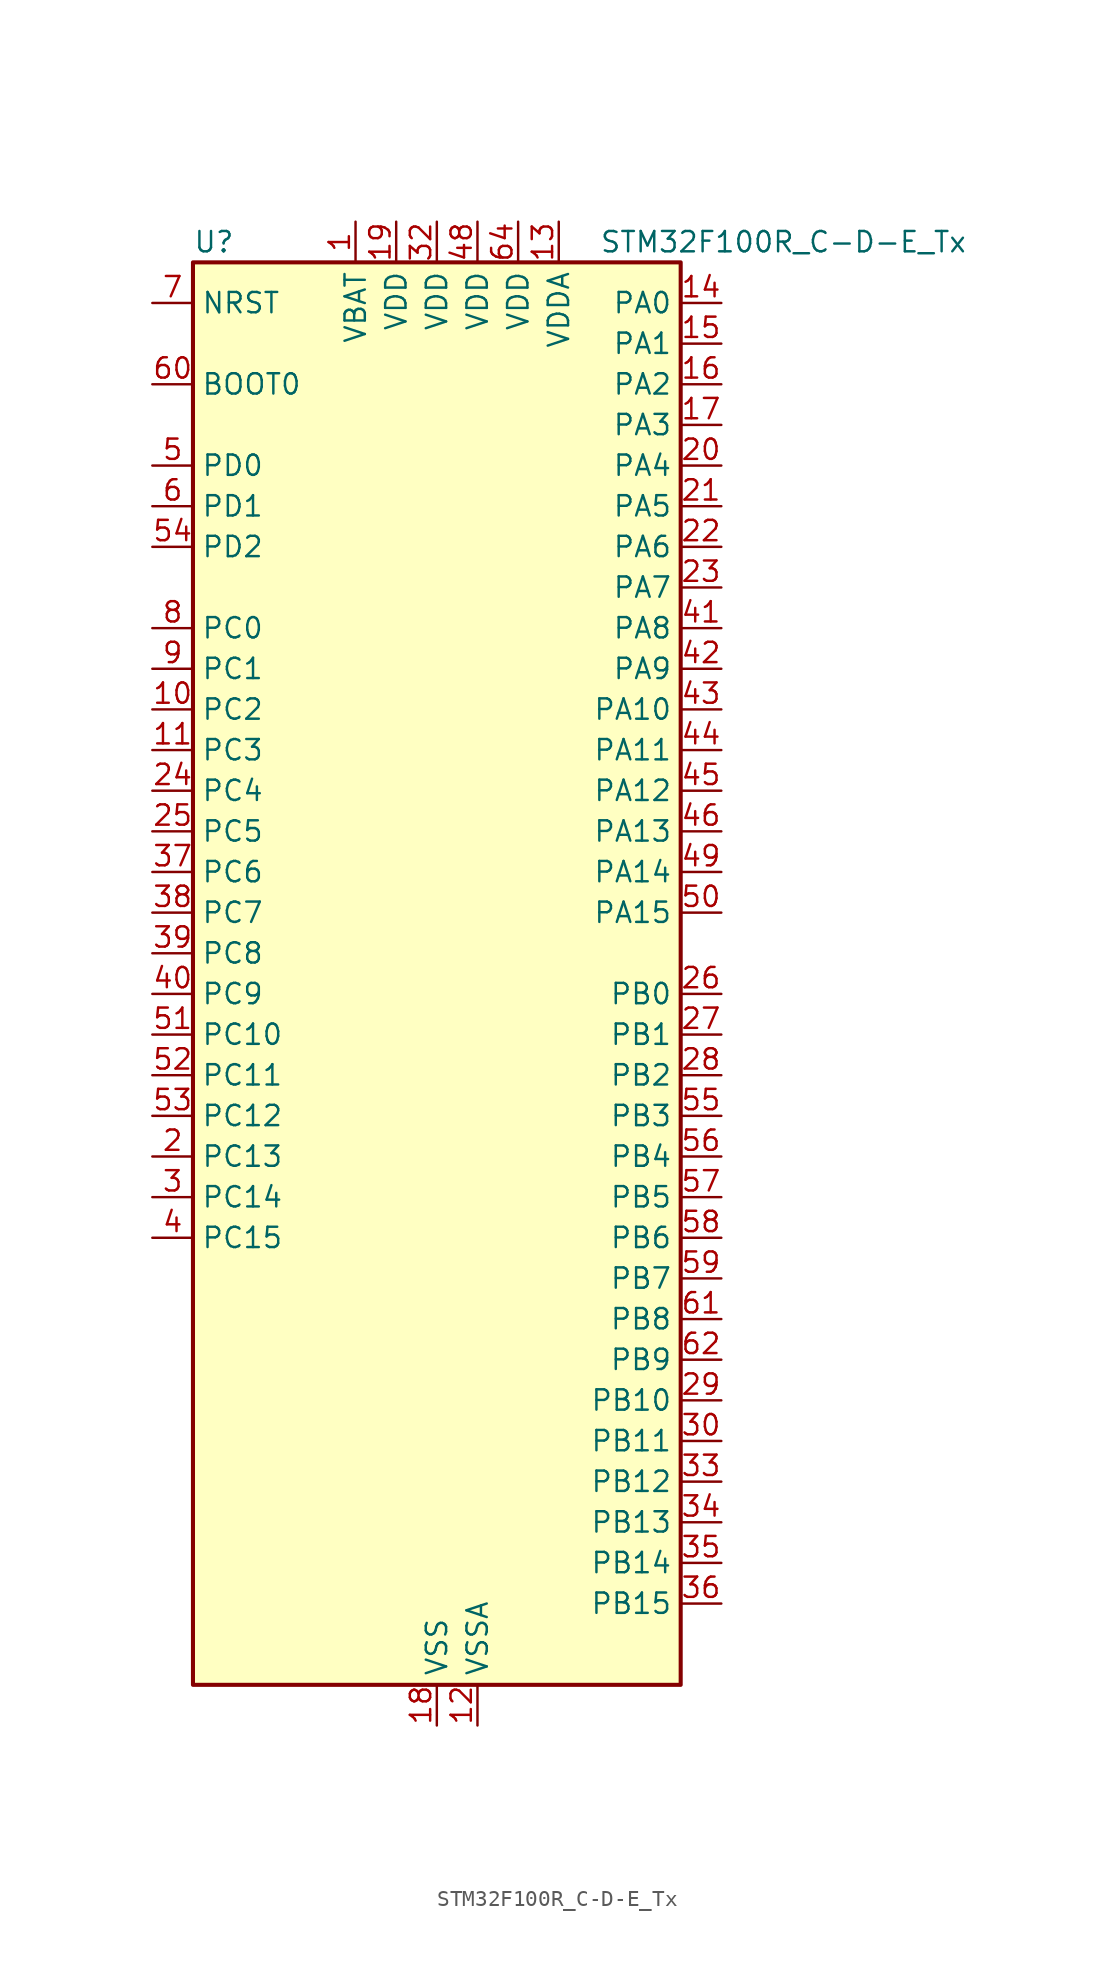
<source format=kicad_sym>
(kicad_symbol_lib
  (version 20231120)
  (generator "kicad_symbol_editor")
  (generator_version "8.0")
  (symbol "STM32F100R_C-D-E_Tx"
    (property "Reference" "U"
      (at -15.24 46.99 0)
      (effects (font (size 1.27 1.27)) (justify left)))
    (property "Value" "STM32F100R_C-D-E_Tx"
      (at 10.16 46.99 0)
      (effects (font (size 1.27 1.27)) (justify left)))
    (property "ki_locked" ""
      (at 0 0 0)
      (effects (font (size 1.27 1.27))))
    (symbol "STM32F100R_C-D-E_Tx_0_1"
      (rectangle (start -15.24 -43.18) (end 15.24 45.72) (stroke (width 0.254) (type default)) (fill (type background))))
    (symbol "STM32F100R_C-D-E_Tx_1_1"
      (pin power_in line (at -5.08 48.26 270) (length 2.54) (name "VBAT" (effects (font (size 1.27 1.27)))) (number "1" (effects (font (size 1.27 1.27)))))
      (pin bidirectional line (at -17.78 17.78 0) (length 2.54) (name "PC2" (effects (font (size 1.27 1.27)))) (number "10" (effects (font (size 1.27 1.27)))) (alternate "ADC1_IN12" bidirectional line))
      (pin bidirectional line (at -17.78 15.24 0) (length 2.54) (name "PC3" (effects (font (size 1.27 1.27)))) (number "11" (effects (font (size 1.27 1.27)))) (alternate "ADC1_IN13" bidirectional line))
      (pin power_in line (at 2.54 -45.72 90) (length 2.54) (name "VSSA" (effects (font (size 1.27 1.27)))) (number "12" (effects (font (size 1.27 1.27)))))
      (pin power_in line (at 7.62 48.26 270) (length 2.54) (name "VDDA" (effects (font (size 1.27 1.27)))) (number "13" (effects (font (size 1.27 1.27)))))
      (pin bidirectional line (at 17.78 43.18 180) (length 2.54) (name "PA0" (effects (font (size 1.27 1.27)))) (number "14" (effects (font (size 1.27 1.27)))) (alternate "ADC1_IN0" bidirectional line) (alternate "SYS_WKUP" bidirectional line) (alternate "TIM2_CH1" bidirectional line) (alternate "TIM2_ETR" bidirectional line) (alternate "TIM5_CH1" bidirectional line) (alternate "USART2_CTS" bidirectional line))
      (pin bidirectional line (at 17.78 40.64 180) (length 2.54) (name "PA1" (effects (font (size 1.27 1.27)))) (number "15" (effects (font (size 1.27 1.27)))) (alternate "ADC1_IN1" bidirectional line) (alternate "TIM2_CH2" bidirectional line) (alternate "TIM5_CH2" bidirectional line) (alternate "USART2_RTS" bidirectional line))
      (pin bidirectional line (at 17.78 38.1 180) (length 2.54) (name "PA2" (effects (font (size 1.27 1.27)))) (number "16" (effects (font (size 1.27 1.27)))) (alternate "ADC1_IN2" bidirectional line) (alternate "TIM15_CH1" bidirectional line) (alternate "TIM2_CH3" bidirectional line) (alternate "TIM5_CH3" bidirectional line) (alternate "USART2_TX" bidirectional line))
      (pin bidirectional line (at 17.78 35.56 180) (length 2.54) (name "PA3" (effects (font (size 1.27 1.27)))) (number "17" (effects (font (size 1.27 1.27)))) (alternate "ADC1_IN3" bidirectional line) (alternate "TIM15_CH2" bidirectional line) (alternate "TIM2_CH4" bidirectional line) (alternate "TIM5_CH4" bidirectional line) (alternate "USART2_RX" bidirectional line))
      (pin power_in line (at 0 -45.72 90) (length 2.54) (name "VSS" (effects (font (size 1.27 1.27)))) (number "18" (effects (font (size 1.27 1.27)))))
      (pin power_in line (at -2.54 48.26 270) (length 2.54) (name "VDD" (effects (font (size 1.27 1.27)))) (number "19" (effects (font (size 1.27 1.27)))))
      (pin bidirectional line (at -17.78 -10.16 0) (length 2.54) (name "PC13" (effects (font (size 1.27 1.27)))) (number "2" (effects (font (size 1.27 1.27)))) (alternate "RTC_OUT" bidirectional line) (alternate "RTC_TAMPER" bidirectional line))
      (pin bidirectional line (at 17.78 33.02 180) (length 2.54) (name "PA4" (effects (font (size 1.27 1.27)))) (number "20" (effects (font (size 1.27 1.27)))) (alternate "ADC1_IN4" bidirectional line) (alternate "DAC_OUT1" bidirectional line) (alternate "SPI1_NSS" bidirectional line) (alternate "USART2_CK" bidirectional line))
      (pin bidirectional line (at 17.78 30.48 180) (length 2.54) (name "PA5" (effects (font (size 1.27 1.27)))) (number "21" (effects (font (size 1.27 1.27)))) (alternate "ADC1_IN5" bidirectional line) (alternate "DAC_OUT2" bidirectional line) (alternate "SPI1_SCK" bidirectional line))
      (pin bidirectional line (at 17.78 27.94 180) (length 2.54) (name "PA6" (effects (font (size 1.27 1.27)))) (number "22" (effects (font (size 1.27 1.27)))) (alternate "ADC1_IN6" bidirectional line) (alternate "SPI1_MISO" bidirectional line) (alternate "TIM16_CH1" bidirectional line) (alternate "TIM1_BKIN" bidirectional line) (alternate "TIM3_CH1" bidirectional line))
      (pin bidirectional line (at 17.78 25.4 180) (length 2.54) (name "PA7" (effects (font (size 1.27 1.27)))) (number "23" (effects (font (size 1.27 1.27)))) (alternate "ADC1_IN7" bidirectional line) (alternate "SPI1_MOSI" bidirectional line) (alternate "TIM17_CH1" bidirectional line) (alternate "TIM1_CH1N" bidirectional line) (alternate "TIM3_CH2" bidirectional line))
      (pin bidirectional line (at -17.78 12.7 0) (length 2.54) (name "PC4" (effects (font (size 1.27 1.27)))) (number "24" (effects (font (size 1.27 1.27)))) (alternate "ADC1_IN14" bidirectional line) (alternate "TIM12_CH1" bidirectional line))
      (pin bidirectional line (at -17.78 10.16 0) (length 2.54) (name "PC5" (effects (font (size 1.27 1.27)))) (number "25" (effects (font (size 1.27 1.27)))) (alternate "ADC1_IN15" bidirectional line) (alternate "TIM12_CH2" bidirectional line))
      (pin bidirectional line (at 17.78 0 180) (length 2.54) (name "PB0" (effects (font (size 1.27 1.27)))) (number "26" (effects (font (size 1.27 1.27)))) (alternate "ADC1_IN8" bidirectional line) (alternate "TIM13_CH1" bidirectional line) (alternate "TIM1_CH2N" bidirectional line) (alternate "TIM3_CH3" bidirectional line))
      (pin bidirectional line (at 17.78 -2.54 180) (length 2.54) (name "PB1" (effects (font (size 1.27 1.27)))) (number "27" (effects (font (size 1.27 1.27)))) (alternate "ADC1_IN9" bidirectional line) (alternate "TIM14_CH1" bidirectional line) (alternate "TIM1_CH3N" bidirectional line) (alternate "TIM3_CH4" bidirectional line))
      (pin bidirectional line (at 17.78 -5.08 180) (length 2.54) (name "PB2" (effects (font (size 1.27 1.27)))) (number "28" (effects (font (size 1.27 1.27)))))
      (pin bidirectional line (at 17.78 -25.4 180) (length 2.54) (name "PB10" (effects (font (size 1.27 1.27)))) (number "29" (effects (font (size 1.27 1.27)))) (alternate "CEC" bidirectional line) (alternate "I2C2_SCL" bidirectional line) (alternate "TIM2_CH3" bidirectional line) (alternate "USART3_TX" bidirectional line))
      (pin bidirectional line (at -17.78 -12.7 0) (length 2.54) (name "PC14" (effects (font (size 1.27 1.27)))) (number "3" (effects (font (size 1.27 1.27)))) (alternate "RCC_OSC32_IN" bidirectional line))
      (pin bidirectional line (at 17.78 -27.94 180) (length 2.54) (name "PB11" (effects (font (size 1.27 1.27)))) (number "30" (effects (font (size 1.27 1.27)))) (alternate "ADC1_EXTI11" bidirectional line) (alternate "I2C2_SDA" bidirectional line) (alternate "TIM2_CH4" bidirectional line) (alternate "USART3_RX" bidirectional line))
      (pin passive line (at 0 -45.72 90) (length 2.54) hide (name "VSS" (effects (font (size 1.27 1.27)))) (number "31" (effects (font (size 1.27 1.27)))))
      (pin power_in line (at 0 48.26 270) (length 2.54) (name "VDD" (effects (font (size 1.27 1.27)))) (number "32" (effects (font (size 1.27 1.27)))))
      (pin bidirectional line (at 17.78 -30.48 180) (length 2.54) (name "PB12" (effects (font (size 1.27 1.27)))) (number "33" (effects (font (size 1.27 1.27)))) (alternate "I2C2_SMBA" bidirectional line) (alternate "SPI2_NSS" bidirectional line) (alternate "TIM12_CH1" bidirectional line) (alternate "TIM1_BKIN" bidirectional line) (alternate "USART3_CK" bidirectional line))
      (pin bidirectional line (at 17.78 -33.02 180) (length 2.54) (name "PB13" (effects (font (size 1.27 1.27)))) (number "34" (effects (font (size 1.27 1.27)))) (alternate "SPI2_SCK" bidirectional line) (alternate "TIM12_CH2" bidirectional line) (alternate "TIM1_CH1N" bidirectional line) (alternate "USART3_CTS" bidirectional line))
      (pin bidirectional line (at 17.78 -35.56 180) (length 2.54) (name "PB14" (effects (font (size 1.27 1.27)))) (number "35" (effects (font (size 1.27 1.27)))) (alternate "SPI2_MISO" bidirectional line) (alternate "TIM15_CH1" bidirectional line) (alternate "TIM1_CH2N" bidirectional line) (alternate "USART3_RTS" bidirectional line))
      (pin bidirectional line (at 17.78 -38.1 180) (length 2.54) (name "PB15" (effects (font (size 1.27 1.27)))) (number "36" (effects (font (size 1.27 1.27)))) (alternate "ADC1_EXTI15" bidirectional line) (alternate "SPI2_MOSI" bidirectional line) (alternate "TIM15_CH1N" bidirectional line) (alternate "TIM15_CH2" bidirectional line) (alternate "TIM1_CH3N" bidirectional line))
      (pin bidirectional line (at -17.78 7.62 0) (length 2.54) (name "PC6" (effects (font (size 1.27 1.27)))) (number "37" (effects (font (size 1.27 1.27)))) (alternate "TIM3_CH1" bidirectional line))
      (pin bidirectional line (at -17.78 5.08 0) (length 2.54) (name "PC7" (effects (font (size 1.27 1.27)))) (number "38" (effects (font (size 1.27 1.27)))) (alternate "TIM3_CH2" bidirectional line))
      (pin bidirectional line (at -17.78 2.54 0) (length 2.54) (name "PC8" (effects (font (size 1.27 1.27)))) (number "39" (effects (font (size 1.27 1.27)))) (alternate "TIM13_CH1" bidirectional line) (alternate "TIM3_CH3" bidirectional line))
      (pin bidirectional line (at -17.78 -15.24 0) (length 2.54) (name "PC15" (effects (font (size 1.27 1.27)))) (number "4" (effects (font (size 1.27 1.27)))) (alternate "ADC1_EXTI15" bidirectional line) (alternate "RCC_OSC32_OUT" bidirectional line))
      (pin bidirectional line (at -17.78 0 0) (length 2.54) (name "PC9" (effects (font (size 1.27 1.27)))) (number "40" (effects (font (size 1.27 1.27)))) (alternate "DAC_EXTI9" bidirectional line) (alternate "TIM14_CH1" bidirectional line) (alternate "TIM3_CH4" bidirectional line))
      (pin bidirectional line (at 17.78 22.86 180) (length 2.54) (name "PA8" (effects (font (size 1.27 1.27)))) (number "41" (effects (font (size 1.27 1.27)))) (alternate "RCC_MCO" bidirectional line) (alternate "TIM1_CH1" bidirectional line) (alternate "USART1_CK" bidirectional line))
      (pin bidirectional line (at 17.78 20.32 180) (length 2.54) (name "PA9" (effects (font (size 1.27 1.27)))) (number "42" (effects (font (size 1.27 1.27)))) (alternate "DAC_EXTI9" bidirectional line) (alternate "TIM15_BKIN" bidirectional line) (alternate "TIM1_CH2" bidirectional line) (alternate "USART1_TX" bidirectional line))
      (pin bidirectional line (at 17.78 17.78 180) (length 2.54) (name "PA10" (effects (font (size 1.27 1.27)))) (number "43" (effects (font (size 1.27 1.27)))) (alternate "TIM17_BKIN" bidirectional line) (alternate "TIM1_CH3" bidirectional line) (alternate "USART1_RX" bidirectional line))
      (pin bidirectional line (at 17.78 15.24 180) (length 2.54) (name "PA11" (effects (font (size 1.27 1.27)))) (number "44" (effects (font (size 1.27 1.27)))) (alternate "ADC1_EXTI11" bidirectional line) (alternate "TIM1_CH4" bidirectional line) (alternate "USART1_CTS" bidirectional line))
      (pin bidirectional line (at 17.78 12.7 180) (length 2.54) (name "PA12" (effects (font (size 1.27 1.27)))) (number "45" (effects (font (size 1.27 1.27)))) (alternate "TIM1_ETR" bidirectional line) (alternate "USART1_RTS" bidirectional line))
      (pin bidirectional line (at 17.78 10.16 180) (length 2.54) (name "PA13" (effects (font (size 1.27 1.27)))) (number "46" (effects (font (size 1.27 1.27)))) (alternate "SYS_JTMS-SWDIO" bidirectional line))
      (pin passive line (at 0 -45.72 90) (length 2.54) hide (name "VSS" (effects (font (size 1.27 1.27)))) (number "47" (effects (font (size 1.27 1.27)))))
      (pin power_in line (at 2.54 48.26 270) (length 2.54) (name "VDD" (effects (font (size 1.27 1.27)))) (number "48" (effects (font (size 1.27 1.27)))))
      (pin bidirectional line (at 17.78 7.62 180) (length 2.54) (name "PA14" (effects (font (size 1.27 1.27)))) (number "49" (effects (font (size 1.27 1.27)))) (alternate "SYS_JTCK-SWCLK" bidirectional line))
      (pin bidirectional line (at -17.78 33.02 0) (length 2.54) (name "PD0" (effects (font (size 1.27 1.27)))) (number "5" (effects (font (size 1.27 1.27)))) (alternate "RCC_OSC_IN" bidirectional line))
      (pin bidirectional line (at 17.78 5.08 180) (length 2.54) (name "PA15" (effects (font (size 1.27 1.27)))) (number "50" (effects (font (size 1.27 1.27)))) (alternate "ADC1_EXTI15" bidirectional line) (alternate "SPI1_NSS" bidirectional line) (alternate "SPI3_NSS" bidirectional line) (alternate "SYS_JTDI" bidirectional line) (alternate "TIM2_CH1" bidirectional line) (alternate "TIM2_ETR" bidirectional line))
      (pin bidirectional line (at -17.78 -2.54 0) (length 2.54) (name "PC10" (effects (font (size 1.27 1.27)))) (number "51" (effects (font (size 1.27 1.27)))) (alternate "UART4_TX" bidirectional line) (alternate "USART3_TX" bidirectional line))
      (pin bidirectional line (at -17.78 -5.08 0) (length 2.54) (name "PC11" (effects (font (size 1.27 1.27)))) (number "52" (effects (font (size 1.27 1.27)))) (alternate "ADC1_EXTI11" bidirectional line) (alternate "UART4_RX" bidirectional line) (alternate "USART3_RX" bidirectional line))
      (pin bidirectional line (at -17.78 -7.62 0) (length 2.54) (name "PC12" (effects (font (size 1.27 1.27)))) (number "53" (effects (font (size 1.27 1.27)))) (alternate "UART5_TX" bidirectional line) (alternate "USART3_CK" bidirectional line))
      (pin bidirectional line (at -17.78 27.94 0) (length 2.54) (name "PD2" (effects (font (size 1.27 1.27)))) (number "54" (effects (font (size 1.27 1.27)))) (alternate "TIM3_ETR" bidirectional line) (alternate "UART5_RX" bidirectional line))
      (pin bidirectional line (at 17.78 -7.62 180) (length 2.54) (name "PB3" (effects (font (size 1.27 1.27)))) (number "55" (effects (font (size 1.27 1.27)))) (alternate "SPI1_SCK" bidirectional line) (alternate "SPI3_SCK" bidirectional line) (alternate "SYS_JTDO-TRACESWO" bidirectional line) (alternate "TIM2_CH2" bidirectional line))
      (pin bidirectional line (at 17.78 -10.16 180) (length 2.54) (name "PB4" (effects (font (size 1.27 1.27)))) (number "56" (effects (font (size 1.27 1.27)))) (alternate "SPI1_MISO" bidirectional line) (alternate "SPI3_MISO" bidirectional line) (alternate "SYS_NJTRST" bidirectional line) (alternate "TIM3_CH1" bidirectional line))
      (pin bidirectional line (at 17.78 -12.7 180) (length 2.54) (name "PB5" (effects (font (size 1.27 1.27)))) (number "57" (effects (font (size 1.27 1.27)))) (alternate "I2C1_SMBA" bidirectional line) (alternate "SPI1_MOSI" bidirectional line) (alternate "SPI3_MOSI" bidirectional line) (alternate "TIM16_BKIN" bidirectional line) (alternate "TIM3_CH2" bidirectional line))
      (pin bidirectional line (at 17.78 -15.24 180) (length 2.54) (name "PB6" (effects (font (size 1.27 1.27)))) (number "58" (effects (font (size 1.27 1.27)))) (alternate "I2C1_SCL" bidirectional line) (alternate "TIM16_CH1N" bidirectional line) (alternate "TIM4_CH1" bidirectional line) (alternate "USART1_TX" bidirectional line))
      (pin bidirectional line (at 17.78 -17.78 180) (length 2.54) (name "PB7" (effects (font (size 1.27 1.27)))) (number "59" (effects (font (size 1.27 1.27)))) (alternate "I2C1_SDA" bidirectional line) (alternate "TIM17_CH1N" bidirectional line) (alternate "TIM4_CH2" bidirectional line) (alternate "USART1_RX" bidirectional line))
      (pin bidirectional line (at -17.78 30.48 0) (length 2.54) (name "PD1" (effects (font (size 1.27 1.27)))) (number "6" (effects (font (size 1.27 1.27)))) (alternate "RCC_OSC_OUT" bidirectional line))
      (pin input line (at -17.78 38.1 0) (length 2.54) (name "BOOT0" (effects (font (size 1.27 1.27)))) (number "60" (effects (font (size 1.27 1.27)))))
      (pin bidirectional line (at 17.78 -20.32 180) (length 2.54) (name "PB8" (effects (font (size 1.27 1.27)))) (number "61" (effects (font (size 1.27 1.27)))) (alternate "CEC" bidirectional line) (alternate "I2C1_SCL" bidirectional line) (alternate "TIM16_CH1" bidirectional line) (alternate "TIM4_CH3" bidirectional line))
      (pin bidirectional line (at 17.78 -22.86 180) (length 2.54) (name "PB9" (effects (font (size 1.27 1.27)))) (number "62" (effects (font (size 1.27 1.27)))) (alternate "DAC_EXTI9" bidirectional line) (alternate "I2C1_SDA" bidirectional line) (alternate "TIM17_CH1" bidirectional line) (alternate "TIM4_CH4" bidirectional line))
      (pin passive line (at 0 -45.72 90) (length 2.54) hide (name "VSS" (effects (font (size 1.27 1.27)))) (number "63" (effects (font (size 1.27 1.27)))))
      (pin power_in line (at 5.08 48.26 270) (length 2.54) (name "VDD" (effects (font (size 1.27 1.27)))) (number "64" (effects (font (size 1.27 1.27)))))
      (pin input line (at -17.78 43.18 0) (length 2.54) (name "NRST" (effects (font (size 1.27 1.27)))) (number "7" (effects (font (size 1.27 1.27)))))
      (pin bidirectional line (at -17.78 22.86 0) (length 2.54) (name "PC0" (effects (font (size 1.27 1.27)))) (number "8" (effects (font (size 1.27 1.27)))) (alternate "ADC1_IN10" bidirectional line))
      (pin bidirectional line (at -17.78 20.32 0) (length 2.54) (name "PC1" (effects (font (size 1.27 1.27)))) (number "9" (effects (font (size 1.27 1.27)))) (alternate "ADC1_IN11" bidirectional line)))))
</source>
